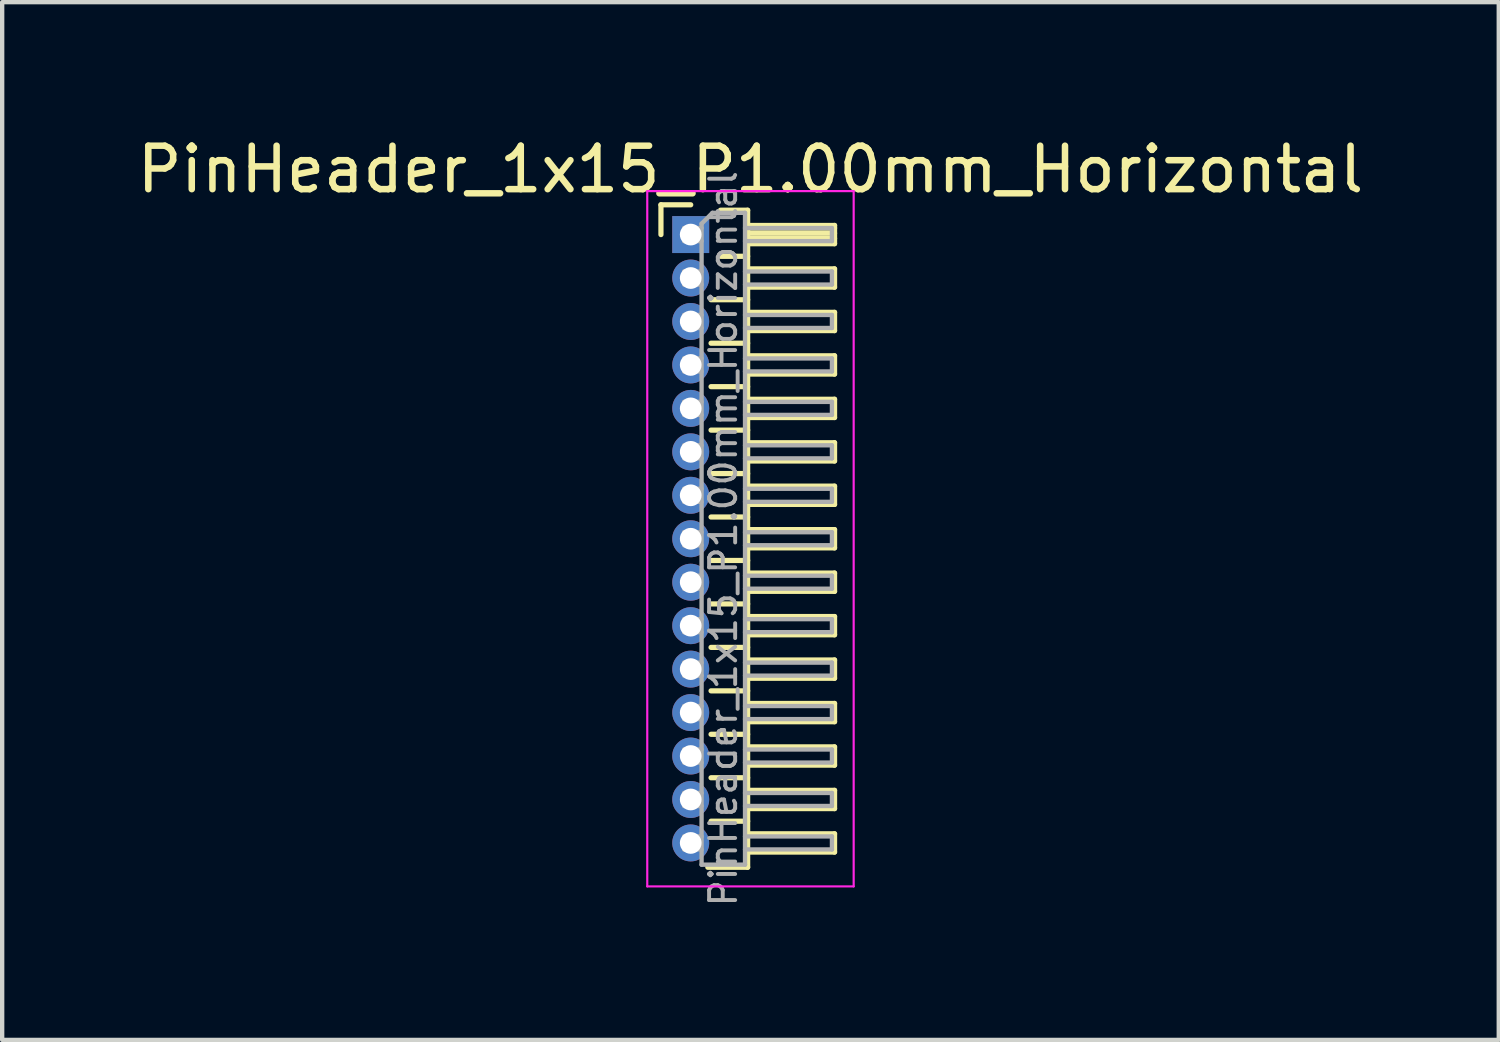
<source format=kicad_pcb>
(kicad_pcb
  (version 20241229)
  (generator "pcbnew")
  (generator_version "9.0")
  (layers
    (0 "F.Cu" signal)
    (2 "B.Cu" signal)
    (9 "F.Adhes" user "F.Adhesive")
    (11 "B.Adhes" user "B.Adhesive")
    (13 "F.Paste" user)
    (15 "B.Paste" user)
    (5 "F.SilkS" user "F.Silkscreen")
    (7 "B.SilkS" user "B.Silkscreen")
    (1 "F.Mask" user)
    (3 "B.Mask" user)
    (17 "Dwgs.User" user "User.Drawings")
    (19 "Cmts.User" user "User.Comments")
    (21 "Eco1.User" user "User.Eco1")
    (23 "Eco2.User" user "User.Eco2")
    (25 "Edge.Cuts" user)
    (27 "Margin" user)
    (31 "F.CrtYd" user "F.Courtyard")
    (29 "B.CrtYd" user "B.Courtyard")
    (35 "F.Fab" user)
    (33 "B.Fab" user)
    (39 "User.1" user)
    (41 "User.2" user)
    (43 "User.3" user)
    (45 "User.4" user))
  (footprint "PinHeader_1x15_P1.00mm_Horizontal"
    (layer "F.Cu")
    (at 12.845 2.348)
    (property "Reference" "PinHeader_1x15_P1.00mm_Horizontal" (at 1.375 -1.5 0) (layer "F.SilkS") (effects (font (size 1 1) (thickness 0.15))))
    (attr through_hole)
    (fp_line (start -0.685 -0.685) (end 0 -0.685) (stroke (width 0.12) (type solid)) (layer "F.SilkS"))
    (fp_line (start -0.685 0) (end -0.685 -0.685) (stroke (width 0.12) (type solid)) (layer "F.SilkS"))
    (fp_line (start 0.468 1.5) (end 1.31 1.5) (stroke (width 0.12) (type solid)) (layer "F.SilkS"))
    (fp_line (start 0.468 2.5) (end 1.31 2.5) (stroke (width 0.12) (type solid)) (layer "F.SilkS"))
    (fp_line (start 0.468 3.5) (end 1.31 3.5) (stroke (width 0.12) (type solid)) (layer "F.SilkS"))
    (fp_line (start 0.468 4.5) (end 1.31 4.5) (stroke (width 0.12) (type solid)) (layer "F.SilkS"))
    (fp_line (start 0.468 5.5) (end 1.31 5.5) (stroke (width 0.12) (type solid)) (layer "F.SilkS"))
    (fp_line (start 0.468 6.5) (end 1.31 6.5) (stroke (width 0.12) (type solid)) (layer "F.SilkS"))
    (fp_line (start 0.468 7.5) (end 1.31 7.5) (stroke (width 0.12) (type solid)) (layer "F.SilkS"))
    (fp_line (start 0.468 8.5) (end 1.31 8.5) (stroke (width 0.12) (type solid)) (layer "F.SilkS"))
    (fp_line (start 0.468 9.5) (end 1.31 9.5) (stroke (width 0.12) (type solid)) (layer "F.SilkS"))
    (fp_line (start 0.468 10.5) (end 1.31 10.5) (stroke (width 0.12) (type solid)) (layer "F.SilkS"))
    (fp_line (start 0.468 11.5) (end 1.31 11.5) (stroke (width 0.12) (type solid)) (layer "F.SilkS"))
    (fp_line (start 0.468 12.5) (end 1.31 12.5) (stroke (width 0.12) (type solid)) (layer "F.SilkS"))
    (fp_line (start 0.468 13.5) (end 1.31 13.5) (stroke (width 0.12) (type solid)) (layer "F.SilkS"))
    (fp_line (start 0.685 -0.56) (end 1.31 -0.56) (stroke (width 0.12) (type solid)) (layer "F.SilkS"))
    (fp_line (start 0.685 0.5) (end 1.31 0.5) (stroke (width 0.12) (type solid)) (layer "F.SilkS"))
    (fp_line (start 1.31 -0.56) (end 1.31 14.56) (stroke (width 0.12) (type solid)) (layer "F.SilkS"))
    (fp_line (start 1.31 -0.21) (end 3.31 -0.21) (stroke (width 0.12) (type solid)) (layer "F.SilkS"))
    (fp_line (start 1.31 -0.15) (end 3.31 -0.15) (stroke (width 0.12) (type solid)) (layer "F.SilkS"))
    (fp_line (start 1.31 -0.03) (end 3.31 -0.03) (stroke (width 0.12) (type solid)) (layer "F.SilkS"))
    (fp_line (start 1.31 0.09) (end 3.31 0.09) (stroke (width 0.12) (type solid)) (layer "F.SilkS"))
    (fp_line (start 1.31 0.79) (end 3.31 0.79) (stroke (width 0.12) (type solid)) (layer "F.SilkS"))
    (fp_line (start 1.31 1.79) (end 3.31 1.79) (stroke (width 0.12) (type solid)) (layer "F.SilkS"))
    (fp_line (start 1.31 2.79) (end 3.31 2.79) (stroke (width 0.12) (type solid)) (layer "F.SilkS"))
    (fp_line (start 1.31 3.79) (end 3.31 3.79) (stroke (width 0.12) (type solid)) (layer "F.SilkS"))
    (fp_line (start 1.31 4.79) (end 3.31 4.79) (stroke (width 0.12) (type solid)) (layer "F.SilkS"))
    (fp_line (start 1.31 5.79) (end 3.31 5.79) (stroke (width 0.12) (type solid)) (layer "F.SilkS"))
    (fp_line (start 1.31 6.79) (end 3.31 6.79) (stroke (width 0.12) (type solid)) (layer "F.SilkS"))
    (fp_line (start 1.31 7.79) (end 3.31 7.79) (stroke (width 0.12) (type solid)) (layer "F.SilkS"))
    (fp_line (start 1.31 8.79) (end 3.31 8.79) (stroke (width 0.12) (type solid)) (layer "F.SilkS"))
    (fp_line (start 1.31 9.79) (end 3.31 9.79) (stroke (width 0.12) (type solid)) (layer "F.SilkS"))
    (fp_line (start 1.31 10.79) (end 3.31 10.79) (stroke (width 0.12) (type solid)) (layer "F.SilkS"))
    (fp_line (start 1.31 11.79) (end 3.31 11.79) (stroke (width 0.12) (type solid)) (layer "F.SilkS"))
    (fp_line (start 1.31 12.79) (end 3.31 12.79) (stroke (width 0.12) (type solid)) (layer "F.SilkS"))
    (fp_line (start 1.31 13.79) (end 3.31 13.79) (stroke (width 0.12) (type solid)) (layer "F.SilkS"))
    (fp_line (start 1.31 14.56) (end 0.394 14.56) (stroke (width 0.12) (type solid)) (layer "F.SilkS"))
    (fp_line (start 3.31 -0.21) (end 3.31 0.21) (stroke (width 0.12) (type solid)) (layer "F.SilkS"))
    (fp_line (start 3.31 0.21) (end 1.31 0.21) (stroke (width 0.12) (type solid)) (layer "F.SilkS"))
    (fp_line (start 3.31 0.79) (end 3.31 1.21) (stroke (width 0.12) (type solid)) (layer "F.SilkS"))
    (fp_line (start 3.31 1.21) (end 1.31 1.21) (stroke (width 0.12) (type solid)) (layer "F.SilkS"))
    (fp_line (start 3.31 1.79) (end 3.31 2.21) (stroke (width 0.12) (type solid)) (layer "F.SilkS"))
    (fp_line (start 3.31 2.21) (end 1.31 2.21) (stroke (width 0.12) (type solid)) (layer "F.SilkS"))
    (fp_line (start 3.31 2.79) (end 3.31 3.21) (stroke (width 0.12) (type solid)) (layer "F.SilkS"))
    (fp_line (start 3.31 3.21) (end 1.31 3.21) (stroke (width 0.12) (type solid)) (layer "F.SilkS"))
    (fp_line (start 3.31 3.79) (end 3.31 4.21) (stroke (width 0.12) (type solid)) (layer "F.SilkS"))
    (fp_line (start 3.31 4.21) (end 1.31 4.21) (stroke (width 0.12) (type solid)) (layer "F.SilkS"))
    (fp_line (start 3.31 4.79) (end 3.31 5.21) (stroke (width 0.12) (type solid)) (layer "F.SilkS"))
    (fp_line (start 3.31 5.21) (end 1.31 5.21) (stroke (width 0.12) (type solid)) (layer "F.SilkS"))
    (fp_line (start 3.31 5.79) (end 3.31 6.21) (stroke (width 0.12) (type solid)) (layer "F.SilkS"))
    (fp_line (start 3.31 6.21) (end 1.31 6.21) (stroke (width 0.12) (type solid)) (layer "F.SilkS"))
    (fp_line (start 3.31 6.79) (end 3.31 7.21) (stroke (width 0.12) (type solid)) (layer "F.SilkS"))
    (fp_line (start 3.31 7.21) (end 1.31 7.21) (stroke (width 0.12) (type solid)) (layer "F.SilkS"))
    (fp_line (start 3.31 7.79) (end 3.31 8.21) (stroke (width 0.12) (type solid)) (layer "F.SilkS"))
    (fp_line (start 3.31 8.21) (end 1.31 8.21) (stroke (width 0.12) (type solid)) (layer "F.SilkS"))
    (fp_line (start 3.31 8.79) (end 3.31 9.21) (stroke (width 0.12) (type solid)) (layer "F.SilkS"))
    (fp_line (start 3.31 9.21) (end 1.31 9.21) (stroke (width 0.12) (type solid)) (layer "F.SilkS"))
    (fp_line (start 3.31 9.79) (end 3.31 10.21) (stroke (width 0.12) (type solid)) (layer "F.SilkS"))
    (fp_line (start 3.31 10.21) (end 1.31 10.21) (stroke (width 0.12) (type solid)) (layer "F.SilkS"))
    (fp_line (start 3.31 10.79) (end 3.31 11.21) (stroke (width 0.12) (type solid)) (layer "F.SilkS"))
    (fp_line (start 3.31 11.21) (end 1.31 11.21) (stroke (width 0.12) (type solid)) (layer "F.SilkS"))
    (fp_line (start 3.31 11.79) (end 3.31 12.21) (stroke (width 0.12) (type solid)) (layer "F.SilkS"))
    (fp_line (start 3.31 12.21) (end 1.31 12.21) (stroke (width 0.12) (type solid)) (layer "F.SilkS"))
    (fp_line (start 3.31 12.79) (end 3.31 13.21) (stroke (width 0.12) (type solid)) (layer "F.SilkS"))
    (fp_line (start 3.31 13.21) (end 1.31 13.21) (stroke (width 0.12) (type solid)) (layer "F.SilkS"))
    (fp_line (start 3.31 13.79) (end 3.31 14.21) (stroke (width 0.12) (type solid)) (layer "F.SilkS"))
    (fp_line (start 3.31 14.21) (end 1.31 14.21) (stroke (width 0.12) (type solid)) (layer "F.SilkS"))
    (fp_line (start -1 -1) (end -1 15) (stroke (width 0.05) (type solid)) (layer "F.CrtYd"))
    (fp_line (start -1 15) (end 3.75 15) (stroke (width 0.05) (type solid)) (layer "F.CrtYd"))
    (fp_line (start 3.75 -1) (end -1 -1) (stroke (width 0.05) (type solid)) (layer "F.CrtYd"))
    (fp_line (start 3.75 15) (end 3.75 -1) (stroke (width 0.05) (type solid)) (layer "F.CrtYd"))
    (fp_line (start -0.15 -0.15) (end -0.15 0.15) (stroke (width 0.1) (type solid)) (layer "F.Fab"))
    (fp_line (start -0.15 -0.15) (end 0.25 -0.15) (stroke (width 0.1) (type solid)) (layer "F.Fab"))
    (fp_line (start -0.15 0.15) (end 0.25 0.15) (stroke (width 0.1) (type solid)) (layer "F.Fab"))
    (fp_line (start -0.15 0.85) (end -0.15 1.15) (stroke (width 0.1) (type solid)) (layer "F.Fab"))
    (fp_line (start -0.15 0.85) (end 0.25 0.85) (stroke (width 0.1) (type solid)) (layer "F.Fab"))
    (fp_line (start -0.15 1.15) (end 0.25 1.15) (stroke (width 0.1) (type solid)) (layer "F.Fab"))
    (fp_line (start -0.15 1.85) (end -0.15 2.15) (stroke (width 0.1) (type solid)) (layer "F.Fab"))
    (fp_line (start -0.15 1.85) (end 0.25 1.85) (stroke (width 0.1) (type solid)) (layer "F.Fab"))
    (fp_line (start -0.15 2.15) (end 0.25 2.15) (stroke (width 0.1) (type solid)) (layer "F.Fab"))
    (fp_line (start -0.15 2.85) (end -0.15 3.15) (stroke (width 0.1) (type solid)) (layer "F.Fab"))
    (fp_line (start -0.15 2.85) (end 0.25 2.85) (stroke (width 0.1) (type solid)) (layer "F.Fab"))
    (fp_line (start -0.15 3.15) (end 0.25 3.15) (stroke (width 0.1) (type solid)) (layer "F.Fab"))
    (fp_line (start -0.15 3.85) (end -0.15 4.15) (stroke (width 0.1) (type solid)) (layer "F.Fab"))
    (fp_line (start -0.15 3.85) (end 0.25 3.85) (stroke (width 0.1) (type solid)) (layer "F.Fab"))
    (fp_line (start -0.15 4.15) (end 0.25 4.15) (stroke (width 0.1) (type solid)) (layer "F.Fab"))
    (fp_line (start -0.15 4.85) (end -0.15 5.15) (stroke (width 0.1) (type solid)) (layer "F.Fab"))
    (fp_line (start -0.15 4.85) (end 0.25 4.85) (stroke (width 0.1) (type solid)) (layer "F.Fab"))
    (fp_line (start -0.15 5.15) (end 0.25 5.15) (stroke (width 0.1) (type solid)) (layer "F.Fab"))
    (fp_line (start -0.15 5.85) (end -0.15 6.15) (stroke (width 0.1) (type solid)) (layer "F.Fab"))
    (fp_line (start -0.15 5.85) (end 0.25 5.85) (stroke (width 0.1) (type solid)) (layer "F.Fab"))
    (fp_line (start -0.15 6.15) (end 0.25 6.15) (stroke (width 0.1) (type solid)) (layer "F.Fab"))
    (fp_line (start -0.15 6.85) (end -0.15 7.15) (stroke (width 0.1) (type solid)) (layer "F.Fab"))
    (fp_line (start -0.15 6.85) (end 0.25 6.85) (stroke (width 0.1) (type solid)) (layer "F.Fab"))
    (fp_line (start -0.15 7.15) (end 0.25 7.15) (stroke (width 0.1) (type solid)) (layer "F.Fab"))
    (fp_line (start -0.15 7.85) (end -0.15 8.15) (stroke (width 0.1) (type solid)) (layer "F.Fab"))
    (fp_line (start -0.15 7.85) (end 0.25 7.85) (stroke (width 0.1) (type solid)) (layer "F.Fab"))
    (fp_line (start -0.15 8.15) (end 0.25 8.15) (stroke (width 0.1) (type solid)) (layer "F.Fab"))
    (fp_line (start -0.15 8.85) (end -0.15 9.15) (stroke (width 0.1) (type solid)) (layer "F.Fab"))
    (fp_line (start -0.15 8.85) (end 0.25 8.85) (stroke (width 0.1) (type solid)) (layer "F.Fab"))
    (fp_line (start -0.15 9.15) (end 0.25 9.15) (stroke (width 0.1) (type solid)) (layer "F.Fab"))
    (fp_line (start -0.15 9.85) (end -0.15 10.15) (stroke (width 0.1) (type solid)) (layer "F.Fab"))
    (fp_line (start -0.15 9.85) (end 0.25 9.85) (stroke (width 0.1) (type solid)) (layer "F.Fab"))
    (fp_line (start -0.15 10.15) (end 0.25 10.15) (stroke (width 0.1) (type solid)) (layer "F.Fab"))
    (fp_line (start -0.15 10.85) (end -0.15 11.15) (stroke (width 0.1) (type solid)) (layer "F.Fab"))
    (fp_line (start -0.15 10.85) (end 0.25 10.85) (stroke (width 0.1) (type solid)) (layer "F.Fab"))
    (fp_line (start -0.15 11.15) (end 0.25 11.15) (stroke (width 0.1) (type solid)) (layer "F.Fab"))
    (fp_line (start -0.15 11.85) (end -0.15 12.15) (stroke (width 0.1) (type solid)) (layer "F.Fab"))
    (fp_line (start -0.15 11.85) (end 0.25 11.85) (stroke (width 0.1) (type solid)) (layer "F.Fab"))
    (fp_line (start -0.15 12.15) (end 0.25 12.15) (stroke (width 0.1) (type solid)) (layer "F.Fab"))
    (fp_line (start -0.15 12.85) (end -0.15 13.15) (stroke (width 0.1) (type solid)) (layer "F.Fab"))
    (fp_line (start -0.15 12.85) (end 0.25 12.85) (stroke (width 0.1) (type solid)) (layer "F.Fab"))
    (fp_line (start -0.15 13.15) (end 0.25 13.15) (stroke (width 0.1) (type solid)) (layer "F.Fab"))
    (fp_line (start -0.15 13.85) (end -0.15 14.15) (stroke (width 0.1) (type solid)) (layer "F.Fab"))
    (fp_line (start -0.15 13.85) (end 0.25 13.85) (stroke (width 0.1) (type solid)) (layer "F.Fab"))
    (fp_line (start -0.15 14.15) (end 0.25 14.15) (stroke (width 0.1) (type solid)) (layer "F.Fab"))
    (fp_line (start 0.25 -0.25) (end 0.5 -0.5) (stroke (width 0.1) (type solid)) (layer "F.Fab"))
    (fp_line (start 0.25 14.5) (end 0.25 -0.25) (stroke (width 0.1) (type solid)) (layer "F.Fab"))
    (fp_line (start 0.5 -0.5) (end 1.25 -0.5) (stroke (width 0.1) (type solid)) (layer "F.Fab"))
    (fp_line (start 1.25 -0.5) (end 1.25 14.5) (stroke (width 0.1) (type solid)) (layer "F.Fab"))
    (fp_line (start 1.25 -0.15) (end 3.25 -0.15) (stroke (width 0.1) (type solid)) (layer "F.Fab"))
    (fp_line (start 1.25 0.15) (end 3.25 0.15) (stroke (width 0.1) (type solid)) (layer "F.Fab"))
    (fp_line (start 1.25 0.85) (end 3.25 0.85) (stroke (width 0.1) (type solid)) (layer "F.Fab"))
    (fp_line (start 1.25 1.15) (end 3.25 1.15) (stroke (width 0.1) (type solid)) (layer "F.Fab"))
    (fp_line (start 1.25 1.85) (end 3.25 1.85) (stroke (width 0.1) (type solid)) (layer "F.Fab"))
    (fp_line (start 1.25 2.15) (end 3.25 2.15) (stroke (width 0.1) (type solid)) (layer "F.Fab"))
    (fp_line (start 1.25 2.85) (end 3.25 2.85) (stroke (width 0.1) (type solid)) (layer "F.Fab"))
    (fp_line (start 1.25 3.15) (end 3.25 3.15) (stroke (width 0.1) (type solid)) (layer "F.Fab"))
    (fp_line (start 1.25 3.85) (end 3.25 3.85) (stroke (width 0.1) (type solid)) (layer "F.Fab"))
    (fp_line (start 1.25 4.15) (end 3.25 4.15) (stroke (width 0.1) (type solid)) (layer "F.Fab"))
    (fp_line (start 1.25 4.85) (end 3.25 4.85) (stroke (width 0.1) (type solid)) (layer "F.Fab"))
    (fp_line (start 1.25 5.15) (end 3.25 5.15) (stroke (width 0.1) (type solid)) (layer "F.Fab"))
    (fp_line (start 1.25 5.85) (end 3.25 5.85) (stroke (width 0.1) (type solid)) (layer "F.Fab"))
    (fp_line (start 1.25 6.15) (end 3.25 6.15) (stroke (width 0.1) (type solid)) (layer "F.Fab"))
    (fp_line (start 1.25 6.85) (end 3.25 6.85) (stroke (width 0.1) (type solid)) (layer "F.Fab"))
    (fp_line (start 1.25 7.15) (end 3.25 7.15) (stroke (width 0.1) (type solid)) (layer "F.Fab"))
    (fp_line (start 1.25 7.85) (end 3.25 7.85) (stroke (width 0.1) (type solid)) (layer "F.Fab"))
    (fp_line (start 1.25 8.15) (end 3.25 8.15) (stroke (width 0.1) (type solid)) (layer "F.Fab"))
    (fp_line (start 1.25 8.85) (end 3.25 8.85) (stroke (width 0.1) (type solid)) (layer "F.Fab"))
    (fp_line (start 1.25 9.15) (end 3.25 9.15) (stroke (width 0.1) (type solid)) (layer "F.Fab"))
    (fp_line (start 1.25 9.85) (end 3.25 9.85) (stroke (width 0.1) (type solid)) (layer "F.Fab"))
    (fp_line (start 1.25 10.15) (end 3.25 10.15) (stroke (width 0.1) (type solid)) (layer "F.Fab"))
    (fp_line (start 1.25 10.85) (end 3.25 10.85) (stroke (width 0.1) (type solid)) (layer "F.Fab"))
    (fp_line (start 1.25 11.15) (end 3.25 11.15) (stroke (width 0.1) (type solid)) (layer "F.Fab"))
    (fp_line (start 1.25 11.85) (end 3.25 11.85) (stroke (width 0.1) (type solid)) (layer "F.Fab"))
    (fp_line (start 1.25 12.15) (end 3.25 12.15) (stroke (width 0.1) (type solid)) (layer "F.Fab"))
    (fp_line (start 1.25 12.85) (end 3.25 12.85) (stroke (width 0.1) (type solid)) (layer "F.Fab"))
    (fp_line (start 1.25 13.15) (end 3.25 13.15) (stroke (width 0.1) (type solid)) (layer "F.Fab"))
    (fp_line (start 1.25 13.85) (end 3.25 13.85) (stroke (width 0.1) (type solid)) (layer "F.Fab"))
    (fp_line (start 1.25 14.15) (end 3.25 14.15) (stroke (width 0.1) (type solid)) (layer "F.Fab"))
    (fp_line (start 1.25 14.5) (end 0.25 14.5) (stroke (width 0.1) (type solid)) (layer "F.Fab"))
    (fp_line (start 3.25 -0.15) (end 3.25 0.15) (stroke (width 0.1) (type solid)) (layer "F.Fab"))
    (fp_line (start 3.25 0.85) (end 3.25 1.15) (stroke (width 0.1) (type solid)) (layer "F.Fab"))
    (fp_line (start 3.25 1.85) (end 3.25 2.15) (stroke (width 0.1) (type solid)) (layer "F.Fab"))
    (fp_line (start 3.25 2.85) (end 3.25 3.15) (stroke (width 0.1) (type solid)) (layer "F.Fab"))
    (fp_line (start 3.25 3.85) (end 3.25 4.15) (stroke (width 0.1) (type solid)) (layer "F.Fab"))
    (fp_line (start 3.25 4.85) (end 3.25 5.15) (stroke (width 0.1) (type solid)) (layer "F.Fab"))
    (fp_line (start 3.25 5.85) (end 3.25 6.15) (stroke (width 0.1) (type solid)) (layer "F.Fab"))
    (fp_line (start 3.25 6.85) (end 3.25 7.15) (stroke (width 0.1) (type solid)) (layer "F.Fab"))
    (fp_line (start 3.25 7.85) (end 3.25 8.15) (stroke (width 0.1) (type solid)) (layer "F.Fab"))
    (fp_line (start 3.25 8.85) (end 3.25 9.15) (stroke (width 0.1) (type solid)) (layer "F.Fab"))
    (fp_line (start 3.25 9.85) (end 3.25 10.15) (stroke (width 0.1) (type solid)) (layer "F.Fab"))
    (fp_line (start 3.25 10.85) (end 3.25 11.15) (stroke (width 0.1) (type solid)) (layer "F.Fab"))
    (fp_line (start 3.25 11.85) (end 3.25 12.15) (stroke (width 0.1) (type solid)) (layer "F.Fab"))
    (fp_line (start 3.25 12.85) (end 3.25 13.15) (stroke (width 0.1) (type solid)) (layer "F.Fab"))
    (fp_line (start 3.25 13.85) (end 3.25 14.15) (stroke (width 0.1) (type solid)) (layer "F.Fab"))
    (fp_text user "${REFERENCE}" (at 0.75 7 90) (layer "F.Fab") (effects (font (size 0.6 0.6) (thickness 0.09))))
    (pad "1" thru_hole rect (at 0 0) (size 0.85 0.85) (drill 0.5) (layers "*.Cu" "*.Mask"))
    (pad "2" thru_hole oval (at 0 1) (size 0.85 0.85) (drill 0.5) (layers "*.Cu" "*.Mask"))
    (pad "3" thru_hole oval (at 0 2) (size 0.85 0.85) (drill 0.5) (layers "*.Cu" "*.Mask"))
    (pad "4" thru_hole oval (at 0 3) (size 0.85 0.85) (drill 0.5) (layers "*.Cu" "*.Mask"))
    (pad "5" thru_hole oval (at 0 4) (size 0.85 0.85) (drill 0.5) (layers "*.Cu" "*.Mask"))
    (pad "6" thru_hole oval (at 0 5) (size 0.85 0.85) (drill 0.5) (layers "*.Cu" "*.Mask"))
    (pad "7" thru_hole oval (at 0 6) (size 0.85 0.85) (drill 0.5) (layers "*.Cu" "*.Mask"))
    (pad "8" thru_hole oval (at 0 7) (size 0.85 0.85) (drill 0.5) (layers "*.Cu" "*.Mask"))
    (pad "9" thru_hole oval (at 0 8) (size 0.85 0.85) (drill 0.5) (layers "*.Cu" "*.Mask"))
    (pad "10" thru_hole oval (at 0 9) (size 0.85 0.85) (drill 0.5) (layers "*.Cu" "*.Mask"))
    (pad "11" thru_hole oval (at 0 10) (size 0.85 0.85) (drill 0.5) (layers "*.Cu" "*.Mask"))
    (pad "12" thru_hole oval (at 0 11) (size 0.85 0.85) (drill 0.5) (layers "*.Cu" "*.Mask"))
    (pad "13" thru_hole oval (at 0 12) (size 0.85 0.85) (drill 0.5) (layers "*.Cu" "*.Mask"))
    (pad "14" thru_hole oval (at 0 13) (size 0.85 0.85) (drill 0.5) (layers "*.Cu" "*.Mask"))
    (pad "15" thru_hole oval (at 0 14) (size 0.85 0.85) (drill 0.5) (layers "*.Cu" "*.Mask")))
  (gr_rect
    (start -3 -3)
    (end 31.44 20.88)
    (stroke (width 0.1) (type default))
    (fill no)
    (layer "Edge.Cuts")))
</source>
